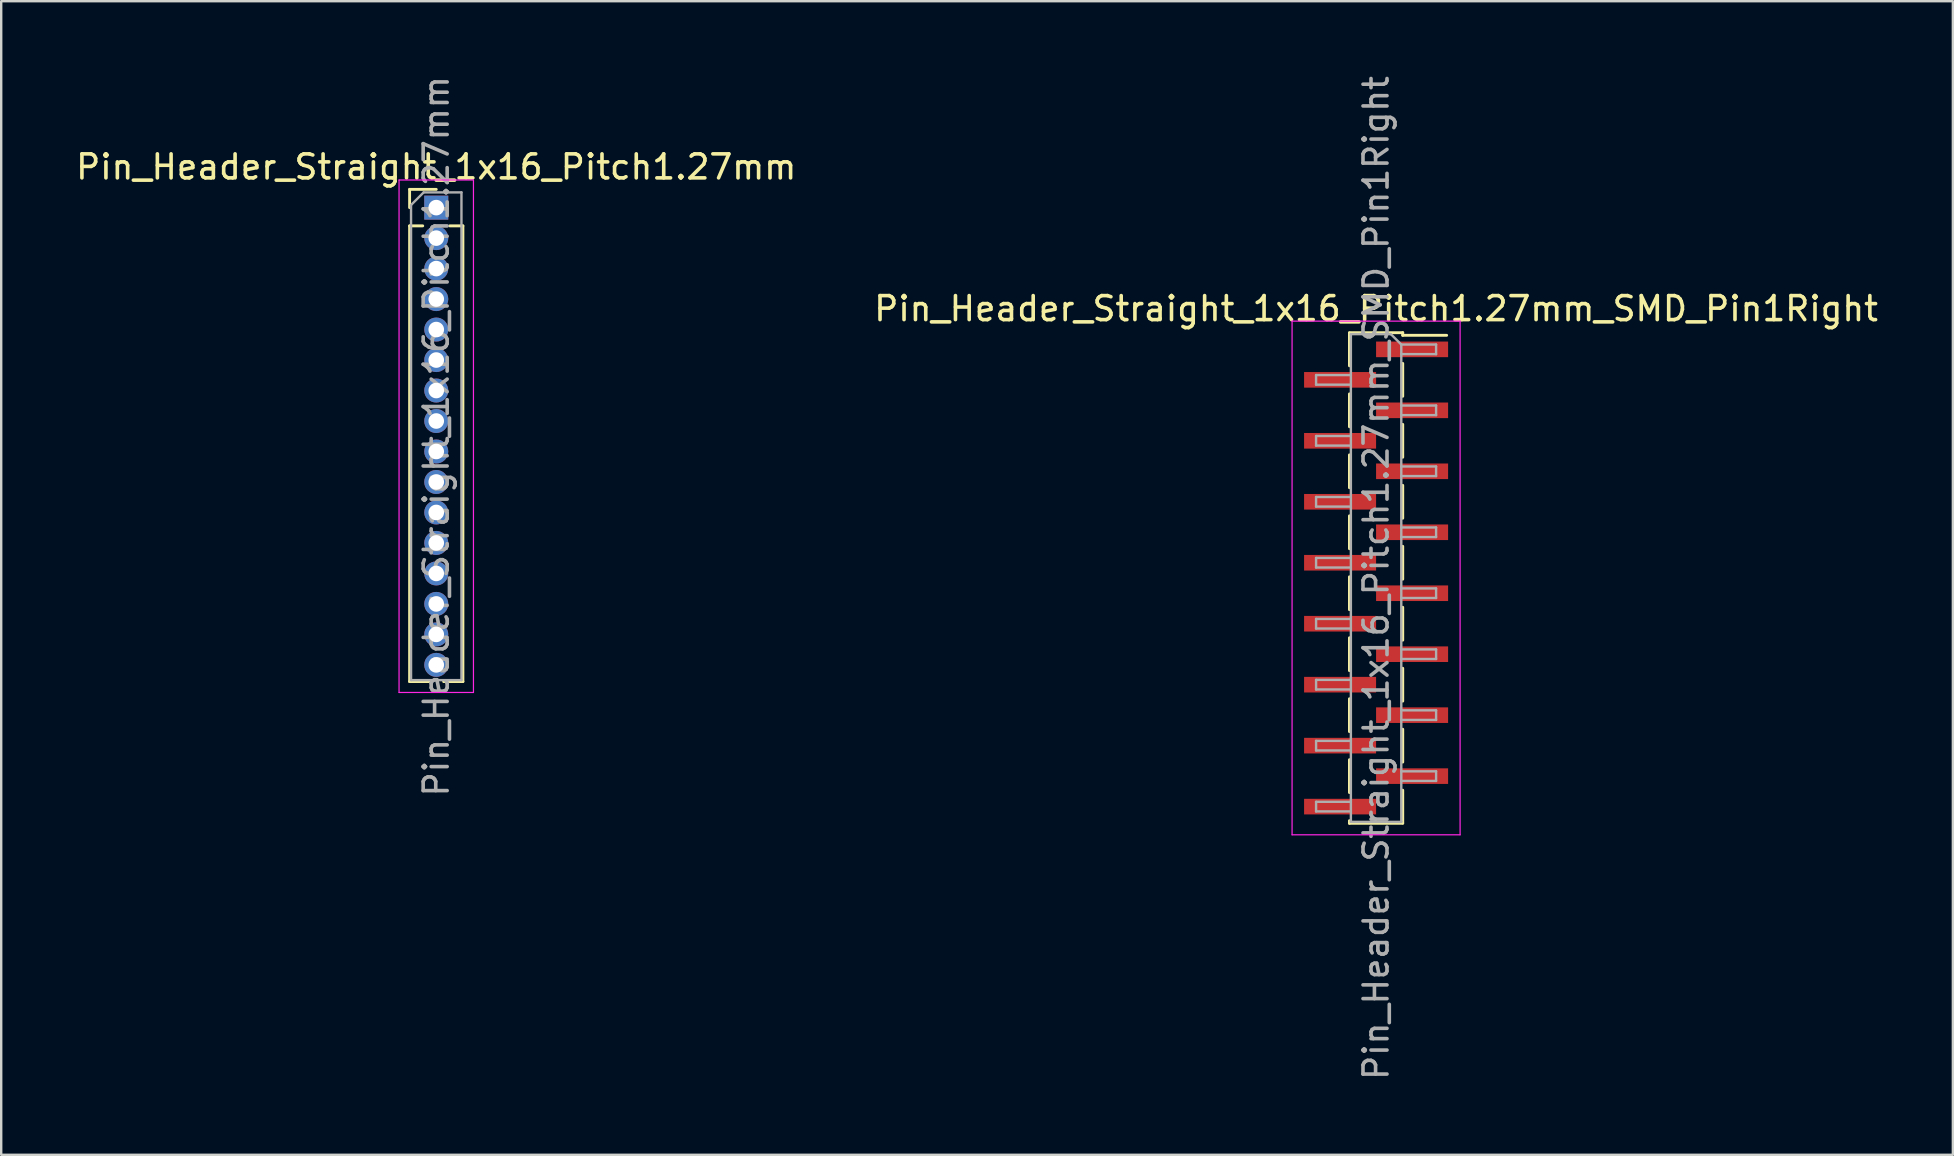
<source format=kicad_pcb>
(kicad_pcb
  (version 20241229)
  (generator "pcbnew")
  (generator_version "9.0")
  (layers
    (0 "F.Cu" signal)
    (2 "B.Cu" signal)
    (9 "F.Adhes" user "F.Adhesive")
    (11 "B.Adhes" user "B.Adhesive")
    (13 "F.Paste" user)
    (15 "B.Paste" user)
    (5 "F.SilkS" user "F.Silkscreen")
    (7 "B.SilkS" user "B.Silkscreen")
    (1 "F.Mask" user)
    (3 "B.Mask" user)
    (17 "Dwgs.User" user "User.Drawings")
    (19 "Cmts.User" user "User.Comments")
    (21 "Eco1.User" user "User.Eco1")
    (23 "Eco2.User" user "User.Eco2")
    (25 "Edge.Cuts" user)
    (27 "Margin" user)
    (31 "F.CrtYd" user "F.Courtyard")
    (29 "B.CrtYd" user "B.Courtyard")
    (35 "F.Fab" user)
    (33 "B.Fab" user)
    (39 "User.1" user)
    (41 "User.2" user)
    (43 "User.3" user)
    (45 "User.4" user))
  (footprint "Pin_Header_Straight_1x16_Pitch1.27mm"
    (layer "F.Cu")
    (at 15.125 5.6)
    (property "Reference" "Pin_Header_Straight_1x16_Pitch1.27mm" (at 0 -1.695 0) (layer "F.SilkS") (effects (font (size 1 1) (thickness 0.15))))
    (attr through_hole)
    (fp_line (start -1.11 -0.76) (end 0 -0.76) (stroke (width 0.12) (type solid)) (layer "F.SilkS"))
    (fp_line (start -1.11 0) (end -1.11 -0.76) (stroke (width 0.12) (type solid)) (layer "F.SilkS"))
    (fp_line (start -1.11 0.76) (end -1.11 19.745) (stroke (width 0.12) (type solid)) (layer "F.SilkS"))
    (fp_line (start -1.11 0.76) (end -0.563 0.76) (stroke (width 0.12) (type solid)) (layer "F.SilkS"))
    (fp_line (start -1.11 19.745) (end -0.308 19.745) (stroke (width 0.12) (type solid)) (layer "F.SilkS"))
    (fp_line (start 0.308 19.745) (end 1.11 19.745) (stroke (width 0.12) (type solid)) (layer "F.SilkS"))
    (fp_line (start 0.563 0.76) (end 1.11 0.76) (stroke (width 0.12) (type solid)) (layer "F.SilkS"))
    (fp_line (start 1.11 0.76) (end 1.11 19.745) (stroke (width 0.12) (type solid)) (layer "F.SilkS"))
    (fp_line (start -1.55 -1.15) (end -1.55 20.2) (stroke (width 0.05) (type solid)) (layer "F.CrtYd"))
    (fp_line (start -1.55 20.2) (end 1.55 20.2) (stroke (width 0.05) (type solid)) (layer "F.CrtYd"))
    (fp_line (start 1.55 -1.15) (end -1.55 -1.15) (stroke (width 0.05) (type solid)) (layer "F.CrtYd"))
    (fp_line (start 1.55 20.2) (end 1.55 -1.15) (stroke (width 0.05) (type solid)) (layer "F.CrtYd"))
    (fp_line (start -1.05 -0.11) (end -0.525 -0.635) (stroke (width 0.1) (type solid)) (layer "F.Fab"))
    (fp_line (start -1.05 19.685) (end -1.05 -0.11) (stroke (width 0.1) (type solid)) (layer "F.Fab"))
    (fp_line (start -0.525 -0.635) (end 1.05 -0.635) (stroke (width 0.1) (type solid)) (layer "F.Fab"))
    (fp_line (start 1.05 -0.635) (end 1.05 19.685) (stroke (width 0.1) (type solid)) (layer "F.Fab"))
    (fp_line (start 1.05 19.685) (end -1.05 19.685) (stroke (width 0.1) (type solid)) (layer "F.Fab"))
    (fp_text user "${REFERENCE}" (at 0 9.525 90) (layer "F.Fab") (effects (font (size 1 1) (thickness 0.15))))
    (pad "1" thru_hole rect (at 0 0) (size 1 1) (drill 0.65) (layers "*.Cu" "*.Mask"))
    (pad "2" thru_hole oval (at 0 1.27) (size 1 1) (drill 0.65) (layers "*.Cu" "*.Mask"))
    (pad "3" thru_hole oval (at 0 2.54) (size 1 1) (drill 0.65) (layers "*.Cu" "*.Mask"))
    (pad "4" thru_hole oval (at 0 3.81) (size 1 1) (drill 0.65) (layers "*.Cu" "*.Mask"))
    (pad "5" thru_hole oval (at 0 5.08) (size 1 1) (drill 0.65) (layers "*.Cu" "*.Mask"))
    (pad "6" thru_hole oval (at 0 6.35) (size 1 1) (drill 0.65) (layers "*.Cu" "*.Mask"))
    (pad "7" thru_hole oval (at 0 7.62) (size 1 1) (drill 0.65) (layers "*.Cu" "*.Mask"))
    (pad "8" thru_hole oval (at 0 8.89) (size 1 1) (drill 0.65) (layers "*.Cu" "*.Mask"))
    (pad "9" thru_hole oval (at 0 10.16) (size 1 1) (drill 0.65) (layers "*.Cu" "*.Mask"))
    (pad "10" thru_hole oval (at 0 11.43) (size 1 1) (drill 0.65) (layers "*.Cu" "*.Mask"))
    (pad "11" thru_hole oval (at 0 12.7) (size 1 1) (drill 0.65) (layers "*.Cu" "*.Mask"))
    (pad "12" thru_hole oval (at 0 13.97) (size 1 1) (drill 0.65) (layers "*.Cu" "*.Mask"))
    (pad "13" thru_hole oval (at 0 15.24) (size 1 1) (drill 0.65) (layers "*.Cu" "*.Mask"))
    (pad "14" thru_hole oval (at 0 16.51) (size 1 1) (drill 0.65) (layers "*.Cu" "*.Mask"))
    (pad "15" thru_hole oval (at 0 17.78) (size 1 1) (drill 0.65) (layers "*.Cu" "*.Mask"))
    (pad "16" thru_hole oval (at 0 19.05) (size 1 1) (drill 0.65) (layers "*.Cu" "*.Mask")))
  (footprint "Pin_Header_Straight_1x16_Pitch1.27mm_SMD_Pin1Right"
    (layer "F.Cu")
    (at 54.28 21.03)
    (property "Reference" "Pin_Header_Straight_1x16_Pitch1.27mm_SMD_Pin1Right" (at 0 -11.22 0) (layer "F.SilkS") (effects (font (size 1 1) (thickness 0.15))))
    (attr smd)
    (fp_line (start -1.11 -10.22) (end 1.11 -10.22) (stroke (width 0.12) (type solid)) (layer "F.SilkS"))
    (fp_line (start -1.11 -10.21) (end -1.11 -8.84) (stroke (width 0.12) (type solid)) (layer "F.SilkS"))
    (fp_line (start -1.11 -7.67) (end -1.11 -6.3) (stroke (width 0.12) (type solid)) (layer "F.SilkS"))
    (fp_line (start -1.11 -5.13) (end -1.11 -3.76) (stroke (width 0.12) (type solid)) (layer "F.SilkS"))
    (fp_line (start -1.11 -2.59) (end -1.11 -1.22) (stroke (width 0.12) (type solid)) (layer "F.SilkS"))
    (fp_line (start -1.11 -0.05) (end -1.11 1.32) (stroke (width 0.12) (type solid)) (layer "F.SilkS"))
    (fp_line (start -1.11 2.49) (end -1.11 3.86) (stroke (width 0.12) (type solid)) (layer "F.SilkS"))
    (fp_line (start -1.11 5.03) (end -1.11 6.4) (stroke (width 0.12) (type solid)) (layer "F.SilkS"))
    (fp_line (start -1.11 7.57) (end -1.11 8.94) (stroke (width 0.12) (type solid)) (layer "F.SilkS"))
    (fp_line (start -1.11 10.11) (end -1.11 10.22) (stroke (width 0.12) (type solid)) (layer "F.SilkS"))
    (fp_line (start -1.11 10.22) (end 1.11 10.22) (stroke (width 0.12) (type solid)) (layer "F.SilkS"))
    (fp_line (start 1.11 -10.22) (end 1.11 -10.11) (stroke (width 0.12) (type solid)) (layer "F.SilkS"))
    (fp_line (start 1.11 -10.11) (end 2.94 -10.11) (stroke (width 0.12) (type solid)) (layer "F.SilkS"))
    (fp_line (start 1.11 -8.94) (end 1.11 -7.57) (stroke (width 0.12) (type solid)) (layer "F.SilkS"))
    (fp_line (start 1.11 -6.4) (end 1.11 -5.03) (stroke (width 0.12) (type solid)) (layer "F.SilkS"))
    (fp_line (start 1.11 -3.86) (end 1.11 -2.49) (stroke (width 0.12) (type solid)) (layer "F.SilkS"))
    (fp_line (start 1.11 -1.32) (end 1.11 0.05) (stroke (width 0.12) (type solid)) (layer "F.SilkS"))
    (fp_line (start 1.11 1.22) (end 1.11 2.59) (stroke (width 0.12) (type solid)) (layer "F.SilkS"))
    (fp_line (start 1.11 3.76) (end 1.11 5.13) (stroke (width 0.12) (type solid)) (layer "F.SilkS"))
    (fp_line (start 1.11 6.3) (end 1.11 7.67) (stroke (width 0.12) (type solid)) (layer "F.SilkS"))
    (fp_line (start 1.11 8.84) (end 1.11 10.21) (stroke (width 0.12) (type solid)) (layer "F.SilkS"))
    (fp_line (start -3.5 -10.7) (end -3.5 10.7) (stroke (width 0.05) (type solid)) (layer "F.CrtYd"))
    (fp_line (start -3.5 10.7) (end 3.5 10.7) (stroke (width 0.05) (type solid)) (layer "F.CrtYd"))
    (fp_line (start 3.5 -10.7) (end -3.5 -10.7) (stroke (width 0.05) (type solid)) (layer "F.CrtYd"))
    (fp_line (start 3.5 10.7) (end 3.5 -10.7) (stroke (width 0.05) (type solid)) (layer "F.CrtYd"))
    (fp_line (start -2.5 -8.455) (end -2.5 -8.055) (stroke (width 0.1) (type solid)) (layer "F.Fab"))
    (fp_line (start -2.5 -8.055) (end -1.05 -8.055) (stroke (width 0.1) (type solid)) (layer "F.Fab"))
    (fp_line (start -2.5 -5.915) (end -2.5 -5.515) (stroke (width 0.1) (type solid)) (layer "F.Fab"))
    (fp_line (start -2.5 -5.515) (end -1.05 -5.515) (stroke (width 0.1) (type solid)) (layer "F.Fab"))
    (fp_line (start -2.5 -3.375) (end -2.5 -2.975) (stroke (width 0.1) (type solid)) (layer "F.Fab"))
    (fp_line (start -2.5 -2.975) (end -1.05 -2.975) (stroke (width 0.1) (type solid)) (layer "F.Fab"))
    (fp_line (start -2.5 -0.835) (end -2.5 -0.435) (stroke (width 0.1) (type solid)) (layer "F.Fab"))
    (fp_line (start -2.5 -0.435) (end -1.05 -0.435) (stroke (width 0.1) (type solid)) (layer "F.Fab"))
    (fp_line (start -2.5 1.705) (end -2.5 2.105) (stroke (width 0.1) (type solid)) (layer "F.Fab"))
    (fp_line (start -2.5 2.105) (end -1.05 2.105) (stroke (width 0.1) (type solid)) (layer "F.Fab"))
    (fp_line (start -2.5 4.245) (end -2.5 4.645) (stroke (width 0.1) (type solid)) (layer "F.Fab"))
    (fp_line (start -2.5 4.645) (end -1.05 4.645) (stroke (width 0.1) (type solid)) (layer "F.Fab"))
    (fp_line (start -2.5 6.785) (end -2.5 7.185) (stroke (width 0.1) (type solid)) (layer "F.Fab"))
    (fp_line (start -2.5 7.185) (end -1.05 7.185) (stroke (width 0.1) (type solid)) (layer "F.Fab"))
    (fp_line (start -2.5 9.325) (end -2.5 9.725) (stroke (width 0.1) (type solid)) (layer "F.Fab"))
    (fp_line (start -2.5 9.725) (end -1.05 9.725) (stroke (width 0.1) (type solid)) (layer "F.Fab"))
    (fp_line (start -1.05 -10.16) (end -1.05 10.16) (stroke (width 0.1) (type solid)) (layer "F.Fab"))
    (fp_line (start -1.05 -10.16) (end 0.615 -10.16) (stroke (width 0.1) (type solid)) (layer "F.Fab"))
    (fp_line (start -1.05 -8.455) (end -2.5 -8.455) (stroke (width 0.1) (type solid)) (layer "F.Fab"))
    (fp_line (start -1.05 -5.915) (end -2.5 -5.915) (stroke (width 0.1) (type solid)) (layer "F.Fab"))
    (fp_line (start -1.05 -3.375) (end -2.5 -3.375) (stroke (width 0.1) (type solid)) (layer "F.Fab"))
    (fp_line (start -1.05 -0.835) (end -2.5 -0.835) (stroke (width 0.1) (type solid)) (layer "F.Fab"))
    (fp_line (start -1.05 1.705) (end -2.5 1.705) (stroke (width 0.1) (type solid)) (layer "F.Fab"))
    (fp_line (start -1.05 4.245) (end -2.5 4.245) (stroke (width 0.1) (type solid)) (layer "F.Fab"))
    (fp_line (start -1.05 6.785) (end -2.5 6.785) (stroke (width 0.1) (type solid)) (layer "F.Fab"))
    (fp_line (start -1.05 9.325) (end -2.5 9.325) (stroke (width 0.1) (type solid)) (layer "F.Fab"))
    (fp_line (start 1.05 -9.725) (end 0.615 -10.16) (stroke (width 0.1) (type solid)) (layer "F.Fab"))
    (fp_line (start 1.05 -9.725) (end 2.5 -9.725) (stroke (width 0.1) (type solid)) (layer "F.Fab"))
    (fp_line (start 1.05 -7.185) (end 2.5 -7.185) (stroke (width 0.1) (type solid)) (layer "F.Fab"))
    (fp_line (start 1.05 -4.645) (end 2.5 -4.645) (stroke (width 0.1) (type solid)) (layer "F.Fab"))
    (fp_line (start 1.05 -2.105) (end 2.5 -2.105) (stroke (width 0.1) (type solid)) (layer "F.Fab"))
    (fp_line (start 1.05 0.435) (end 2.5 0.435) (stroke (width 0.1) (type solid)) (layer "F.Fab"))
    (fp_line (start 1.05 2.975) (end 2.5 2.975) (stroke (width 0.1) (type solid)) (layer "F.Fab"))
    (fp_line (start 1.05 5.515) (end 2.5 5.515) (stroke (width 0.1) (type solid)) (layer "F.Fab"))
    (fp_line (start 1.05 8.055) (end 2.5 8.055) (stroke (width 0.1) (type solid)) (layer "F.Fab"))
    (fp_line (start 1.05 10.16) (end -1.05 10.16) (stroke (width 0.1) (type solid)) (layer "F.Fab"))
    (fp_line (start 1.05 10.16) (end 1.05 -9.725) (stroke (width 0.1) (type solid)) (layer "F.Fab"))
    (fp_line (start 2.5 -9.725) (end 2.5 -9.325) (stroke (width 0.1) (type solid)) (layer "F.Fab"))
    (fp_line (start 2.5 -9.325) (end 1.05 -9.325) (stroke (width 0.1) (type solid)) (layer "F.Fab"))
    (fp_line (start 2.5 -7.185) (end 2.5 -6.785) (stroke (width 0.1) (type solid)) (layer "F.Fab"))
    (fp_line (start 2.5 -6.785) (end 1.05 -6.785) (stroke (width 0.1) (type solid)) (layer "F.Fab"))
    (fp_line (start 2.5 -4.645) (end 2.5 -4.245) (stroke (width 0.1) (type solid)) (layer "F.Fab"))
    (fp_line (start 2.5 -4.245) (end 1.05 -4.245) (stroke (width 0.1) (type solid)) (layer "F.Fab"))
    (fp_line (start 2.5 -2.105) (end 2.5 -1.705) (stroke (width 0.1) (type solid)) (layer "F.Fab"))
    (fp_line (start 2.5 -1.705) (end 1.05 -1.705) (stroke (width 0.1) (type solid)) (layer "F.Fab"))
    (fp_line (start 2.5 0.435) (end 2.5 0.835) (stroke (width 0.1) (type solid)) (layer "F.Fab"))
    (fp_line (start 2.5 0.835) (end 1.05 0.835) (stroke (width 0.1) (type solid)) (layer "F.Fab"))
    (fp_line (start 2.5 2.975) (end 2.5 3.375) (stroke (width 0.1) (type solid)) (layer "F.Fab"))
    (fp_line (start 2.5 3.375) (end 1.05 3.375) (stroke (width 0.1) (type solid)) (layer "F.Fab"))
    (fp_line (start 2.5 5.515) (end 2.5 5.915) (stroke (width 0.1) (type solid)) (layer "F.Fab"))
    (fp_line (start 2.5 5.915) (end 1.05 5.915) (stroke (width 0.1) (type solid)) (layer "F.Fab"))
    (fp_line (start 2.5 8.055) (end 2.5 8.455) (stroke (width 0.1) (type solid)) (layer "F.Fab"))
    (fp_line (start 2.5 8.455) (end 1.05 8.455) (stroke (width 0.1) (type solid)) (layer "F.Fab"))
    (fp_text user "${REFERENCE}" (at 0 0 90) (layer "F.Fab") (effects (font (size 1 1) (thickness 0.15))))
    (pad "1" smd rect (at 1.5 -9.525) (size 3 0.65) (layers "F.Cu" "F.Mask" "F.Paste"))
    (pad "2" smd rect (at -1.5 -8.255) (size 3 0.65) (layers "F.Cu" "F.Mask" "F.Paste"))
    (pad "3" smd rect (at 1.5 -6.985) (size 3 0.65) (layers "F.Cu" "F.Mask" "F.Paste"))
    (pad "4" smd rect (at -1.5 -5.715) (size 3 0.65) (layers "F.Cu" "F.Mask" "F.Paste"))
    (pad "5" smd rect (at 1.5 -4.445) (size 3 0.65) (layers "F.Cu" "F.Mask" "F.Paste"))
    (pad "6" smd rect (at -1.5 -3.175) (size 3 0.65) (layers "F.Cu" "F.Mask" "F.Paste"))
    (pad "7" smd rect (at 1.5 -1.905) (size 3 0.65) (layers "F.Cu" "F.Mask" "F.Paste"))
    (pad "8" smd rect (at -1.5 -0.635) (size 3 0.65) (layers "F.Cu" "F.Mask" "F.Paste"))
    (pad "9" smd rect (at 1.5 0.635) (size 3 0.65) (layers "F.Cu" "F.Mask" "F.Paste"))
    (pad "10" smd rect (at -1.5 1.905) (size 3 0.65) (layers "F.Cu" "F.Mask" "F.Paste"))
    (pad "11" smd rect (at 1.5 3.175) (size 3 0.65) (layers "F.Cu" "F.Mask" "F.Paste"))
    (pad "12" smd rect (at -1.5 4.445) (size 3 0.65) (layers "F.Cu" "F.Mask" "F.Paste"))
    (pad "13" smd rect (at 1.5 5.715) (size 3 0.65) (layers "F.Cu" "F.Mask" "F.Paste"))
    (pad "14" smd rect (at -1.5 6.985) (size 3 0.65) (layers "F.Cu" "F.Mask" "F.Paste"))
    (pad "15" smd rect (at 1.5 8.255) (size 3 0.65) (layers "F.Cu" "F.Mask" "F.Paste"))
    (pad "16" smd rect (at -1.5 9.525) (size 3 0.65) (layers "F.Cu" "F.Mask" "F.Paste")))
  (gr_rect
    (start -3 -3)
    (end 78.31 45.06)
    (stroke (width 0.1) (type default))
    (fill no)
    (layer "Edge.Cuts")))
</source>
